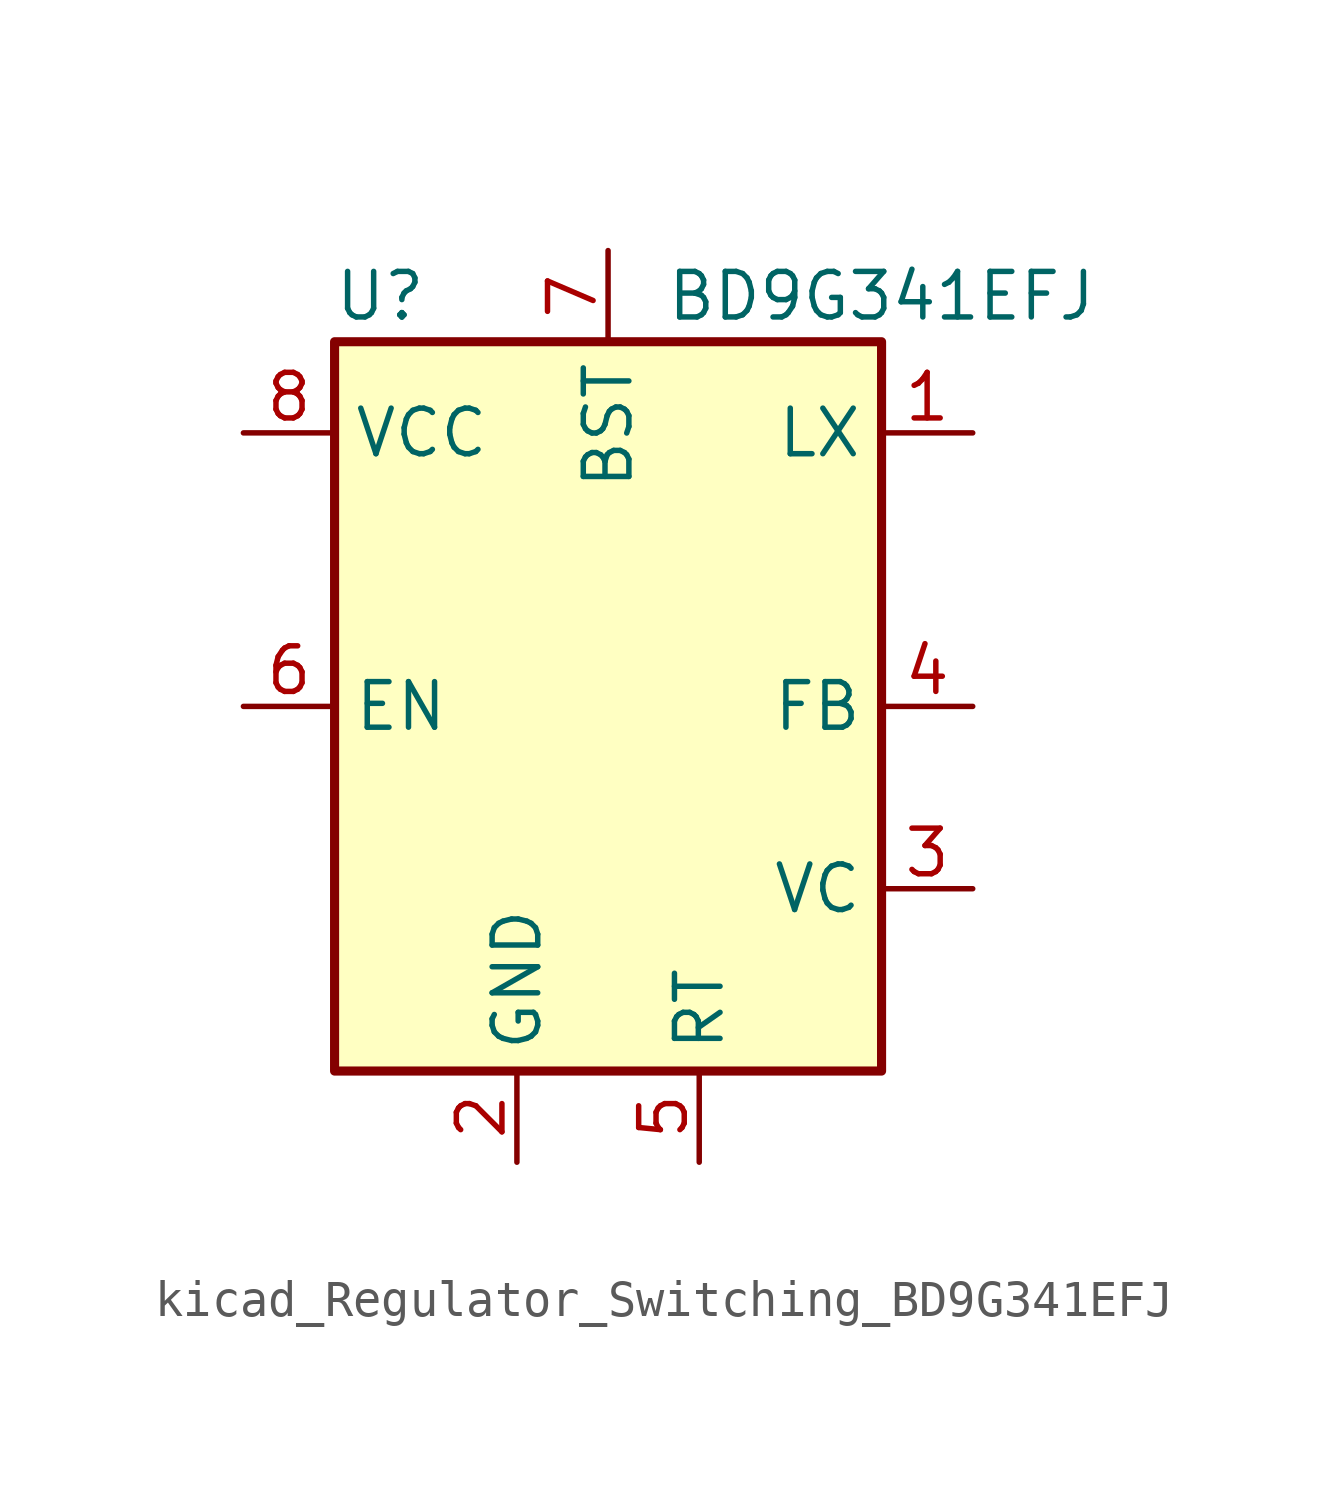
<source format=kicad_sym>
(kicad_symbol_lib
  (version 20220914)
  (generator kicad_symbol_editor)
  (symbol "kicad_Regulator_Switching_BD9G341EFJ"
    (property "Reference" "U"
      (at -6.35 11.43 0)
      (effects (font (size 1.27 1.27))))
    (property "Value" "BD9G341EFJ"
      (at 7.62 11.43 0)
      (effects (font (size 1.27 1.27))))
    (symbol "kicad_Regulator_Switching_BD9G341EFJ_0_1"
      (rectangle (start -7.62 10.16) (end 7.62 -10.16) (stroke (width 0.254) (type default)) (fill (type background))))
    (symbol "kicad_Regulator_Switching_BD9G341EFJ_1_1"
      (pin passive line (at 10.16 7.62 180) (length 2.54) (name "LX" (effects (font (size 1.27 1.27)))) (number "1" (effects (font (size 1.27 1.27)))))
      (pin power_in line (at -2.54 -12.7 90) (length 2.54) (name "GND" (effects (font (size 1.27 1.27)))) (number "2" (effects (font (size 1.27 1.27)))))
      (pin output line (at 10.16 -5.08 180) (length 2.54) (name "VC" (effects (font (size 1.27 1.27)))) (number "3" (effects (font (size 1.27 1.27)))))
      (pin input line (at 10.16 0 180) (length 2.54) (name "FB" (effects (font (size 1.27 1.27)))) (number "4" (effects (font (size 1.27 1.27)))))
      (pin input line (at 2.54 -12.7 90) (length 2.54) (name "RT" (effects (font (size 1.27 1.27)))) (number "5" (effects (font (size 1.27 1.27)))))
      (pin input line (at -10.16 0 0) (length 2.54) (name "EN" (effects (font (size 1.27 1.27)))) (number "6" (effects (font (size 1.27 1.27)))))
      (pin input line (at 0 12.7 270) (length 2.54) (name "BST" (effects (font (size 1.27 1.27)))) (number "7" (effects (font (size 1.27 1.27)))))
      (pin power_in line (at -10.16 7.62 0) (length 2.54) (name "VCC" (effects (font (size 1.27 1.27)))) (number "8" (effects (font (size 1.27 1.27))))))))
</source>
